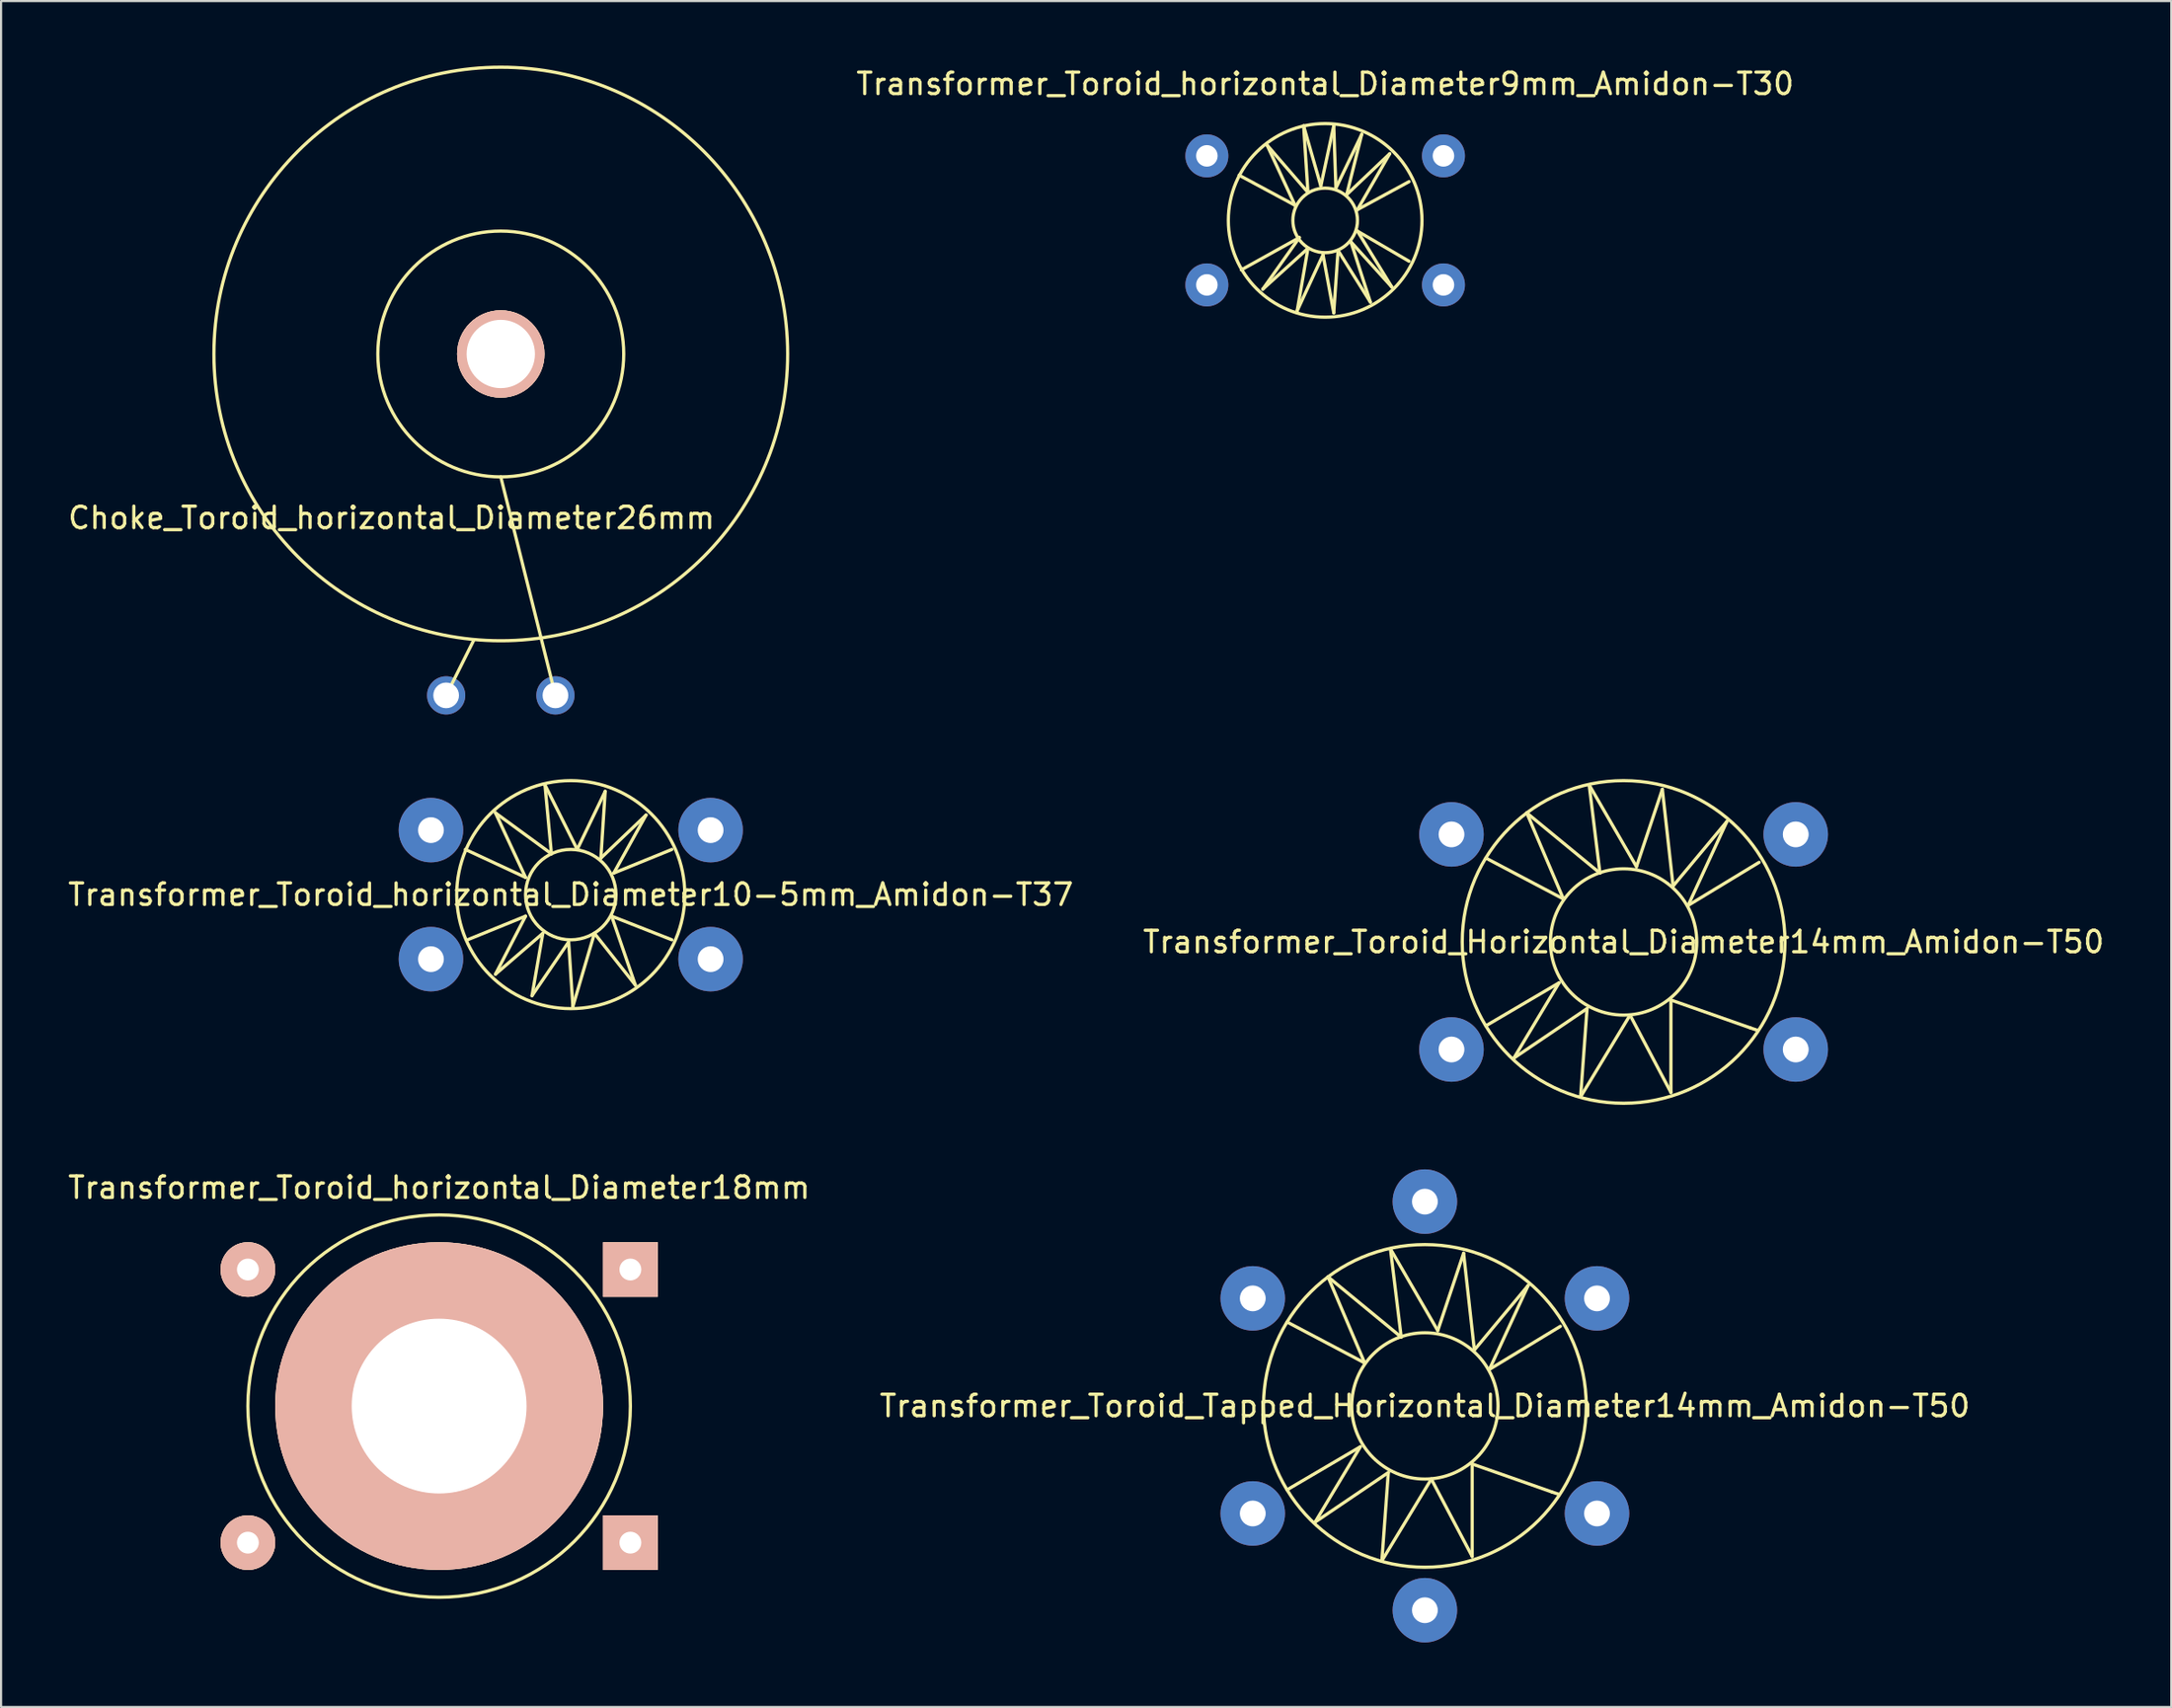
<source format=kicad_pcb>
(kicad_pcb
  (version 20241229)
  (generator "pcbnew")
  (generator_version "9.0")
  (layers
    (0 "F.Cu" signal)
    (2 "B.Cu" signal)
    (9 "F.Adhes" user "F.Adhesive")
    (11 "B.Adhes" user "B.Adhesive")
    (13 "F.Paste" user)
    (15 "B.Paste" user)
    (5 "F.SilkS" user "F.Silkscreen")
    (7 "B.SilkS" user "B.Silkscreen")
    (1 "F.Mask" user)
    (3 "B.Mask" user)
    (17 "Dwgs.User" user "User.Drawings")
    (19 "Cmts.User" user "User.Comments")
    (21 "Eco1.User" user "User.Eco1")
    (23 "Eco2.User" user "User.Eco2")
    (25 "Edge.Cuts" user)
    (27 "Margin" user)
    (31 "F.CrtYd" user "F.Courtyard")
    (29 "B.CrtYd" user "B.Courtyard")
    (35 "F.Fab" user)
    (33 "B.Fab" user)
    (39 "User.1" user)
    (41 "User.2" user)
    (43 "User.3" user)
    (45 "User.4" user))
  (footprint "Transformer_Toroid_horizontal_Diameter10-5mm_Amidon-T37"
    (layer "F.Cu")
    (at 23.482 38.55)
    (property "Reference" "Transformer_Toroid_horizontal_Diameter10-5mm_Amidon-T37" (at 0 0 0) (layer "F.SilkS") (effects (font (size 1 1) (thickness 0.15))))
    (attr through_hole)
    (fp_line (start -4.9 -2.101) (end -2.101 -0.8) (stroke (width 0.15) (type solid)) (layer "F.SilkS"))
    (fp_line (start -4.801 2.101) (end -2.101 1.001) (stroke (width 0.15) (type solid)) (layer "F.SilkS"))
    (fp_line (start -3.5 -3.8) (end -0.899 -1.9) (stroke (width 0.15) (type solid)) (layer "F.SilkS"))
    (fp_line (start -3.5 3.701) (end -1.3 1.801) (stroke (width 0.15) (type solid)) (layer "F.SilkS"))
    (fp_line (start -2.101 -0.8) (end -3.5 -3.8) (stroke (width 0.15) (type solid)) (layer "F.SilkS"))
    (fp_line (start -2.101 1.001) (end -3.5 3.701) (stroke (width 0.15) (type solid)) (layer "F.SilkS"))
    (fp_line (start -1.801 4.699) (end -0.099 2.2) (stroke (width 0.15) (type solid)) (layer "F.SilkS"))
    (fp_line (start -1.3 1.801) (end -1.801 4.699) (stroke (width 0.15) (type solid)) (layer "F.SilkS"))
    (fp_line (start -1.199 -5.1) (end 0.3 -2.101) (stroke (width 0.15) (type solid)) (layer "F.SilkS"))
    (fp_line (start -0.899 -1.9) (end -1.199 -5.1) (stroke (width 0.15) (type solid)) (layer "F.SilkS"))
    (fp_line (start -0.099 2.2) (end 0.099 5.199) (stroke (width 0.15) (type solid)) (layer "F.SilkS"))
    (fp_line (start 0.099 5.199) (end 1.1 1.801) (stroke (width 0.15) (type solid)) (layer "F.SilkS"))
    (fp_line (start 0.3 -2.101) (end 1.6 -4.801) (stroke (width 0.15) (type solid)) (layer "F.SilkS"))
    (fp_line (start 1.1 1.801) (end 3 4.201) (stroke (width 0.15) (type solid)) (layer "F.SilkS"))
    (fp_line (start 1.4 -1.699) (end 3.5 -3.701) (stroke (width 0.15) (type solid)) (layer "F.SilkS"))
    (fp_line (start 1.6 -4.801) (end 1.4 -1.699) (stroke (width 0.15) (type solid)) (layer "F.SilkS"))
    (fp_line (start 1.9 1.001) (end 4.699 2.101) (stroke (width 0.15) (type solid)) (layer "F.SilkS"))
    (fp_line (start 1.999 -1.001) (end 4.699 -2.101) (stroke (width 0.15) (type solid)) (layer "F.SilkS"))
    (fp_line (start 3 4.201) (end 1.9 1.001) (stroke (width 0.15) (type solid)) (layer "F.SilkS"))
    (fp_line (start 3.5 -3.701) (end 1.999 -1.001) (stroke (width 0.15) (type solid)) (layer "F.SilkS"))
    (fp_circle (center 0 0) (end 2.101 0) (stroke (width 0.15) (type solid)) (fill no) (layer "F.SilkS"))
    (fp_circle (center 0 0) (end 5.301 0) (stroke (width 0.15) (type solid)) (fill no) (layer "F.SilkS"))
    (pad "1" thru_hole circle (at -6.5 3) (size 3 3) (drill 1.199) (layers "*.Cu" "*.Mask"))
    (pad "2" thru_hole circle (at 6.5 3) (size 3 3) (drill 1.199) (layers "*.Cu" "*.Mask"))
    (pad "3" thru_hole circle (at -6.5 -3) (size 3 3) (drill 1.199) (layers "*.Cu" "*.Mask"))
    (pad "4" thru_hole circle (at 6.5 -3) (size 3 3) (drill 1.199) (layers "*.Cu" "*.Mask")))
  (footprint "Transformer_Toroid_horizontal_Diameter18mm"
    (layer "F.Cu")
    (at 17.363 62.333)
    (property "Reference" "Transformer_Toroid_horizontal_Diameter18mm" (at 0 -10.16 0) (layer "F.SilkS") (effects (font (size 1 1) (thickness 0.15))))
    (attr through_hole)
    (fp_circle (center 0 0) (end 8.89 0) (stroke (width 0.15) (type solid)) (fill no) (layer "F.SilkS"))
    (pad "" thru_hole circle (at 0 0) (size 15.24 15.24) (drill 8.128) (layers "*.Cu" "*.SilkS" "*.Mask"))
    (pad "1" thru_hole circle (at -8.89 -6.35) (size 2.54 2.54) (drill 1.016) (layers "*.Cu" "*.SilkS" "*.Mask"))
    (pad "2" thru_hole circle (at -8.89 6.35) (size 2.54 2.54) (drill 1.016) (layers "*.Cu" "*.SilkS" "*.Mask"))
    (pad "3" thru_hole rect (at 8.89 -6.35) (size 2.54 2.54) (drill 1.016) (layers "*.Cu" "*.SilkS" "*.Mask"))
    (pad "4" thru_hole rect (at 8.89 6.35) (size 2.54 2.54) (drill 1.016) (layers "*.Cu" "*.SilkS" "*.Mask")))
  (footprint "Transformer_Toroid_Tapped_Horizontal_Diameter14mm_Amidon-T50"
    (layer "F.Cu")
    (at 63.185 62.325)
    (property "Reference" "Transformer_Toroid_Tapped_Horizontal_Diameter14mm_Amidon-T50" (at 0 0 0) (layer "F.SilkS") (effects (font (size 1 1) (thickness 0.15))))
    (attr through_hole)
    (fp_line (start -6.401 -3.899) (end -2.799 -1.999) (stroke (width 0.15) (type solid)) (layer "F.SilkS"))
    (fp_line (start -6.401 3.899) (end -3 1.9) (stroke (width 0.15) (type solid)) (layer "F.SilkS"))
    (fp_line (start -5.1 5.4) (end -1.699 3.099) (stroke (width 0.15) (type solid)) (layer "F.SilkS"))
    (fp_line (start -4.501 -5.999) (end -1.1 -3.2) (stroke (width 0.15) (type solid)) (layer "F.SilkS"))
    (fp_line (start -3 1.9) (end -5.1 5.4) (stroke (width 0.15) (type solid)) (layer "F.SilkS"))
    (fp_line (start -2.799 -1.999) (end -4.501 -5.999) (stroke (width 0.15) (type solid)) (layer "F.SilkS"))
    (fp_line (start -1.999 7.201) (end 0.3 3.401) (stroke (width 0.15) (type solid)) (layer "F.SilkS"))
    (fp_line (start -1.699 3.099) (end -1.999 7.201) (stroke (width 0.15) (type solid)) (layer "F.SilkS"))
    (fp_line (start -1.6 -7.3) (end 0.599 -3.5) (stroke (width 0.15) (type solid)) (layer "F.SilkS"))
    (fp_line (start -1.1 -3.2) (end -1.6 -7.3) (stroke (width 0.15) (type solid)) (layer "F.SilkS"))
    (fp_line (start 0.3 3.401) (end 2.2 7) (stroke (width 0.15) (type solid)) (layer "F.SilkS"))
    (fp_line (start 0.599 -3.5) (end 1.801 -7.099) (stroke (width 0.15) (type solid)) (layer "F.SilkS"))
    (fp_line (start 1.801 -7.099) (end 2.301 -2.601) (stroke (width 0.15) (type solid)) (layer "F.SilkS"))
    (fp_line (start 2.2 2.7) (end 5.9 4) (stroke (width 0.15) (type solid)) (layer "F.SilkS"))
    (fp_line (start 2.2 7) (end 2.2 2.7) (stroke (width 0.15) (type solid)) (layer "F.SilkS"))
    (fp_line (start 2.301 -2.601) (end 4.801 -5.601) (stroke (width 0.15) (type solid)) (layer "F.SilkS"))
    (fp_line (start 3 -1.699) (end 6.299 -3.701) (stroke (width 0.15) (type solid)) (layer "F.SilkS"))
    (fp_line (start 4.801 -5.601) (end 3 -1.699) (stroke (width 0.15) (type solid)) (layer "F.SilkS"))
    (fp_line (start 5.9 4) (end 6.2 4.1) (stroke (width 0.15) (type solid)) (layer "F.SilkS"))
    (fp_circle (center 0 0) (end 3.401 0) (stroke (width 0.15) (type solid)) (fill no) (layer "F.SilkS"))
    (fp_circle (center 0 0) (end 7.501 0) (stroke (width 0.15) (type solid)) (fill no) (layer "F.SilkS"))
    (pad "1" thru_hole circle (at -8.001 5.001) (size 3 3) (drill 1.199) (layers "*.Cu" "*.Mask"))
    (pad "2" thru_hole circle (at 0 9.5) (size 3 3) (drill 1.199) (layers "*.Cu" "*.Mask"))
    (pad "3" thru_hole circle (at 8.001 5.001) (size 3 3) (drill 1.199) (layers "*.Cu" "*.Mask"))
    (pad "4" thru_hole circle (at -8.001 -5.001) (size 3 3) (drill 1.199) (layers "*.Cu" "*.Mask"))
    (pad "5" thru_hole circle (at 0 -9.5) (size 3 3) (drill 1.199) (layers "*.Cu" "*.Mask"))
    (pad "6" thru_hole circle (at 8.001 -5.001) (size 3 3) (drill 1.199) (layers "*.Cu" "*.Mask")))
  (footprint "Transformer_Toroid_horizontal_Diameter9mm_Amidon-T30"
    (layer "F.Cu")
    (at 58.55 7.198)
    (property "Reference" "Transformer_Toroid_horizontal_Diameter9mm_Amidon-T30" (at 0 -6.35 0) (layer "F.SilkS") (effects (font (size 1 1) (thickness 0.15))))
    (attr through_hole)
    (fp_line (start -4 -2.101) (end -1.4 -0.701) (stroke (width 0.15) (type solid)) (layer "F.SilkS"))
    (fp_line (start -3.899 2.301) (end -1.199 0.8) (stroke (width 0.15) (type solid)) (layer "F.SilkS"))
    (fp_line (start -2.901 3.2) (end -0.8 1.3) (stroke (width 0.15) (type solid)) (layer "F.SilkS"))
    (fp_line (start -2.7 -3.5) (end -0.8 -1.3) (stroke (width 0.15) (type solid)) (layer "F.SilkS"))
    (fp_line (start -1.4 -0.701) (end -2.7 -3.5) (stroke (width 0.15) (type solid)) (layer "F.SilkS"))
    (fp_line (start -1.3 4.201) (end -0.099 1.6) (stroke (width 0.15) (type solid)) (layer "F.SilkS"))
    (fp_line (start -1.199 0.8) (end -2.901 3.2) (stroke (width 0.15) (type solid)) (layer "F.SilkS"))
    (fp_line (start -1.001 -4.399) (end -0.201 -1.6) (stroke (width 0.15) (type solid)) (layer "F.SilkS"))
    (fp_line (start -0.8 -1.3) (end -1.001 -4.399) (stroke (width 0.15) (type solid)) (layer "F.SilkS"))
    (fp_line (start -0.8 1.3) (end -1.3 4.201) (stroke (width 0.15) (type solid)) (layer "F.SilkS"))
    (fp_line (start -0.201 -1.6) (end 0.399 -4.399) (stroke (width 0.15) (type solid)) (layer "F.SilkS"))
    (fp_line (start -0.099 1.6) (end 0.399 4.3) (stroke (width 0.15) (type solid)) (layer "F.SilkS"))
    (fp_line (start 0.399 -4.399) (end 0.5 -1.501) (stroke (width 0.15) (type solid)) (layer "F.SilkS"))
    (fp_line (start 0.399 4.3) (end 0.599 1.4) (stroke (width 0.15) (type solid)) (layer "F.SilkS"))
    (fp_line (start 0.5 -1.501) (end 1.699 -4) (stroke (width 0.15) (type solid)) (layer "F.SilkS"))
    (fp_line (start 0.599 1.4) (end 2.101 3.8) (stroke (width 0.15) (type solid)) (layer "F.SilkS"))
    (fp_line (start 1.001 -1.199) (end 3 -3.099) (stroke (width 0.15) (type solid)) (layer "F.SilkS"))
    (fp_line (start 1.199 1.001) (end 3.099 3.099) (stroke (width 0.15) (type solid)) (layer "F.SilkS"))
    (fp_line (start 1.501 -0.5) (end 3.899 -1.801) (stroke (width 0.15) (type solid)) (layer "F.SilkS"))
    (fp_line (start 1.501 0.5) (end 3.899 1.9) (stroke (width 0.15) (type solid)) (layer "F.SilkS"))
    (fp_line (start 1.699 -4) (end 1.001 -1.199) (stroke (width 0.15) (type solid)) (layer "F.SilkS"))
    (fp_line (start 2.101 3.8) (end 1.199 1.001) (stroke (width 0.15) (type solid)) (layer "F.SilkS"))
    (fp_line (start 3 -3.099) (end 1.501 -0.5) (stroke (width 0.15) (type solid)) (layer "F.SilkS"))
    (fp_line (start 3.099 3.099) (end 1.501 0.5) (stroke (width 0.15) (type solid)) (layer "F.SilkS"))
    (fp_circle (center 0 0) (end 1.501 0) (stroke (width 0.15) (type solid)) (fill no) (layer "F.SilkS"))
    (fp_circle (center 0 0) (end 4.501 0) (stroke (width 0.15) (type solid)) (fill no) (layer "F.SilkS"))
    (pad "1" thru_hole circle (at -5.499 3) (size 1.999 1.999) (drill 1.001) (layers "*.Cu" "*.Mask"))
    (pad "2" thru_hole circle (at 5.499 3) (size 1.999 1.999) (drill 1.001) (layers "*.Cu" "*.Mask"))
    (pad "3" thru_hole circle (at -5.499 -3) (size 1.999 1.999) (drill 1.001) (layers "*.Cu" "*.Mask"))
    (pad "4" thru_hole circle (at 5.499 -3) (size 1.999 1.999) (drill 1.001) (layers "*.Cu" "*.Mask")))
  (footprint "Choke_Toroid_horizontal_Diameter26mm"
    (layer "F.Cu")
    (at 20.229 13.41)
    (property "Reference" "Choke_Toroid_horizontal_Diameter26mm" (at -5.08 7.62 0) (layer "F.SilkS") (effects (font (size 1 1) (thickness 0.15))))
    (attr through_hole)
    (fp_line (start -2.54 15.875) (end -1.27 13.335) (stroke (width 0.15) (type solid)) (layer "F.SilkS"))
    (fp_line (start 2.54 15.875) (end 0 5.715) (stroke (width 0.15) (type solid)) (layer "F.SilkS"))
    (fp_circle (center 0 0) (end -13.335 0) (stroke (width 0.15) (type solid)) (fill no) (layer "F.SilkS"))
    (fp_circle (center 0 0) (end 5.715 0) (stroke (width 0.15) (type solid)) (fill no) (layer "F.SilkS"))
    (pad "" thru_hole circle (at 0 0) (size 4.064 4.064) (drill 3.175) (layers "*.Cu" "*.SilkS" "*.Mask"))
    (pad "1" thru_hole circle (at -2.54 15.875) (size 1.778 1.778) (drill 1.194) (layers "*.Cu" "*.Mask"))
    (pad "2" thru_hole circle (at 2.54 15.875) (size 1.778 1.778) (drill 1.194) (layers "*.Cu" "*.Mask")))
  (footprint "Transformer_Toroid_Horizontal_Diameter14mm_Amidon-T50"
    (layer "F.Cu")
    (at 72.423 40.75)
    (property "Reference" "Transformer_Toroid_Horizontal_Diameter14mm_Amidon-T50" (at 0 0 0) (layer "F.SilkS") (effects (font (size 1 1) (thickness 0.15))))
    (attr through_hole)
    (fp_line (start -6.401 -3.899) (end -2.799 -1.999) (stroke (width 0.15) (type solid)) (layer "F.SilkS"))
    (fp_line (start -6.401 3.899) (end -3 1.9) (stroke (width 0.15) (type solid)) (layer "F.SilkS"))
    (fp_line (start -5.1 5.4) (end -1.699 3.099) (stroke (width 0.15) (type solid)) (layer "F.SilkS"))
    (fp_line (start -4.501 -5.999) (end -1.1 -3.2) (stroke (width 0.15) (type solid)) (layer "F.SilkS"))
    (fp_line (start -3 1.9) (end -5.1 5.4) (stroke (width 0.15) (type solid)) (layer "F.SilkS"))
    (fp_line (start -2.799 -1.999) (end -4.501 -5.999) (stroke (width 0.15) (type solid)) (layer "F.SilkS"))
    (fp_line (start -1.999 7.201) (end 0.3 3.401) (stroke (width 0.15) (type solid)) (layer "F.SilkS"))
    (fp_line (start -1.699 3.099) (end -1.999 7.201) (stroke (width 0.15) (type solid)) (layer "F.SilkS"))
    (fp_line (start -1.6 -7.3) (end 0.599 -3.5) (stroke (width 0.15) (type solid)) (layer "F.SilkS"))
    (fp_line (start -1.1 -3.2) (end -1.6 -7.3) (stroke (width 0.15) (type solid)) (layer "F.SilkS"))
    (fp_line (start 0.3 3.401) (end 2.2 7) (stroke (width 0.15) (type solid)) (layer "F.SilkS"))
    (fp_line (start 0.599 -3.5) (end 1.801 -7.099) (stroke (width 0.15) (type solid)) (layer "F.SilkS"))
    (fp_line (start 1.801 -7.099) (end 2.301 -2.601) (stroke (width 0.15) (type solid)) (layer "F.SilkS"))
    (fp_line (start 2.2 2.7) (end 5.9 4) (stroke (width 0.15) (type solid)) (layer "F.SilkS"))
    (fp_line (start 2.2 7) (end 2.2 2.7) (stroke (width 0.15) (type solid)) (layer "F.SilkS"))
    (fp_line (start 2.301 -2.601) (end 4.801 -5.601) (stroke (width 0.15) (type solid)) (layer "F.SilkS"))
    (fp_line (start 3 -1.699) (end 6.299 -3.701) (stroke (width 0.15) (type solid)) (layer "F.SilkS"))
    (fp_line (start 4.801 -5.601) (end 3 -1.699) (stroke (width 0.15) (type solid)) (layer "F.SilkS"))
    (fp_line (start 5.9 4) (end 6.2 4.1) (stroke (width 0.15) (type solid)) (layer "F.SilkS"))
    (fp_circle (center 0 0) (end 3.401 0) (stroke (width 0.15) (type solid)) (fill no) (layer "F.SilkS"))
    (fp_circle (center 0 0) (end 7.501 0) (stroke (width 0.15) (type solid)) (fill no) (layer "F.SilkS"))
    (pad "1" thru_hole circle (at -8.001 5.001) (size 3 3) (drill 1.199) (layers "*.Cu" "*.Mask"))
    (pad "2" thru_hole circle (at 8.001 5.001) (size 3 3) (drill 1.199) (layers "*.Cu" "*.Mask"))
    (pad "3" thru_hole circle (at -8.001 -5.001) (size 3 3) (drill 1.199) (layers "*.Cu" "*.Mask"))
    (pad "4" thru_hole circle (at 8.001 -5.001) (size 3 3) (drill 1.199) (layers "*.Cu" "*.Mask")))
  (gr_rect
    (start -3 -3)
    (end 97.881 76.324)
    (stroke (width 0.1) (type default))
    (fill no)
    (layer "Edge.Cuts")))
</source>
